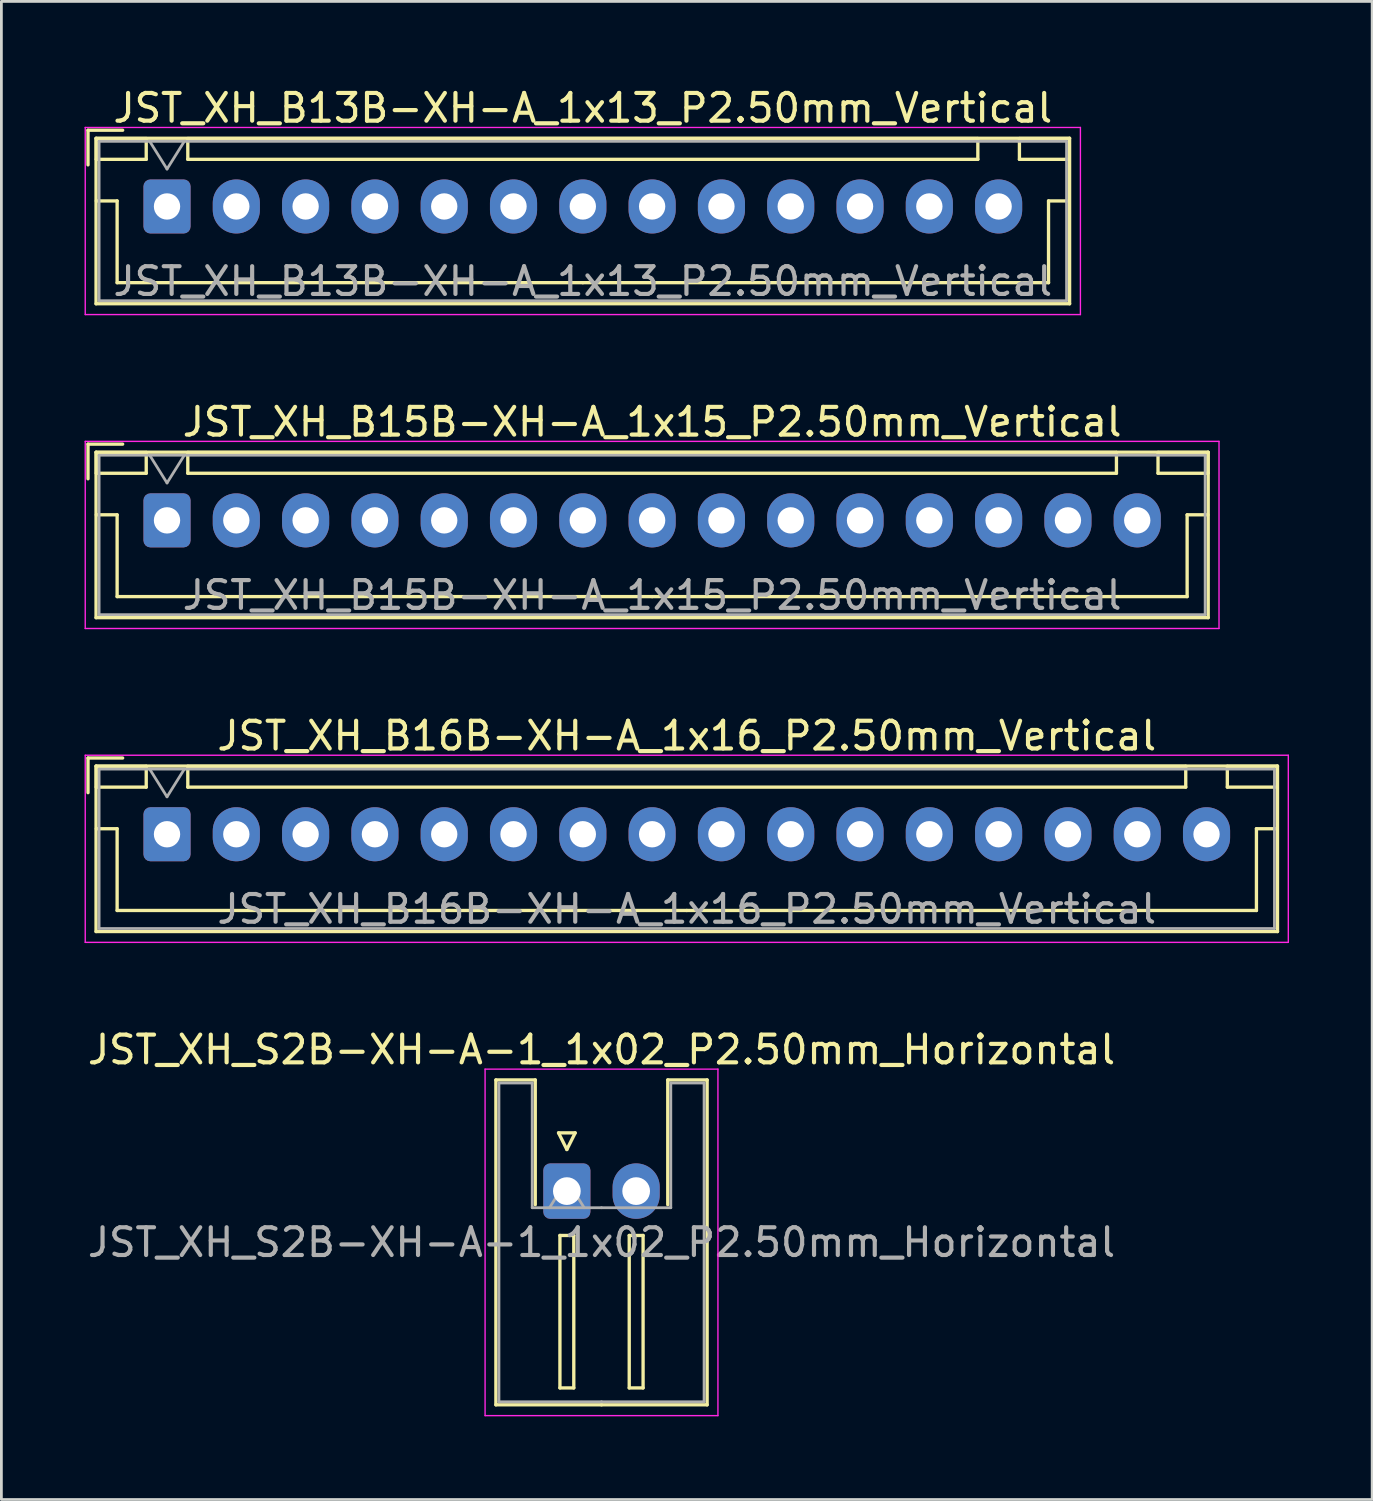
<source format=kicad_pcb>
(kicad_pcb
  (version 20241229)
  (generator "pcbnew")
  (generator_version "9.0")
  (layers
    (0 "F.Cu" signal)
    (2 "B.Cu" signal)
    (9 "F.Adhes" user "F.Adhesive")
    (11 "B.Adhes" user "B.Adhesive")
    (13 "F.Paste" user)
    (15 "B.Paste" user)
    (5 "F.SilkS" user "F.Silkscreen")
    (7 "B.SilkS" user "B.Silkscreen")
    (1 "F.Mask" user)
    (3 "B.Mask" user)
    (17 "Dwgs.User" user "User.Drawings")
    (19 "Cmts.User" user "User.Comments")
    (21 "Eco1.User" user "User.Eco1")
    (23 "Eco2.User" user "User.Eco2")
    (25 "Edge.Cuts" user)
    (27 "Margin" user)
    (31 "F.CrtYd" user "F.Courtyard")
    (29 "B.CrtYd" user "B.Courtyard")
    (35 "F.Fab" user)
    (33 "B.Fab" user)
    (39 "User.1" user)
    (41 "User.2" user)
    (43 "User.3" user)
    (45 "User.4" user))
  (footprint "JST_XH_B16B-XH-A_1x16_P2.50mm_Vertical"
    (layer "F.Cu")
    (at 2.975 27.045)
    (property "Reference" "JST_XH_B16B-XH-A_1x16_P2.50mm_Vertical" (at 18.75 -3.55 0) (layer "F.SilkS") (effects (font (size 1 1) (thickness 0.15))))
    (attr through_hole)
    (fp_line (start -2.85 -2.75) (end -2.85 -1.5) (stroke (width 0.12) (type solid)) (layer "F.SilkS"))
    (fp_line (start -2.56 -2.46) (end -2.56 3.51) (stroke (width 0.12) (type solid)) (layer "F.SilkS"))
    (fp_line (start -2.56 3.51) (end 40.06 3.51) (stroke (width 0.12) (type solid)) (layer "F.SilkS"))
    (fp_line (start -2.55 -2.45) (end -2.55 -1.7) (stroke (width 0.12) (type solid)) (layer "F.SilkS"))
    (fp_line (start -2.55 -1.7) (end -0.75 -1.7) (stroke (width 0.12) (type solid)) (layer "F.SilkS"))
    (fp_line (start -2.55 -0.2) (end -1.8 -0.2) (stroke (width 0.12) (type solid)) (layer "F.SilkS"))
    (fp_line (start -1.8 -0.2) (end -1.8 2.75) (stroke (width 0.12) (type solid)) (layer "F.SilkS"))
    (fp_line (start -1.8 2.75) (end 18.75 2.75) (stroke (width 0.12) (type solid)) (layer "F.SilkS"))
    (fp_line (start -1.6 -2.75) (end -2.85 -2.75) (stroke (width 0.12) (type solid)) (layer "F.SilkS"))
    (fp_line (start -0.75 -2.45) (end -2.55 -2.45) (stroke (width 0.12) (type solid)) (layer "F.SilkS"))
    (fp_line (start -0.75 -1.7) (end -0.75 -2.45) (stroke (width 0.12) (type solid)) (layer "F.SilkS"))
    (fp_line (start 0.75 -2.45) (end 0.75 -1.7) (stroke (width 0.12) (type solid)) (layer "F.SilkS"))
    (fp_line (start 0.75 -1.7) (end 36.75 -1.7) (stroke (width 0.12) (type solid)) (layer "F.SilkS"))
    (fp_line (start 36.75 -2.45) (end 0.75 -2.45) (stroke (width 0.12) (type solid)) (layer "F.SilkS"))
    (fp_line (start 36.75 -1.7) (end 36.75 -2.45) (stroke (width 0.12) (type solid)) (layer "F.SilkS"))
    (fp_line (start 38.25 -2.45) (end 38.25 -1.7) (stroke (width 0.12) (type solid)) (layer "F.SilkS"))
    (fp_line (start 38.25 -1.7) (end 40.05 -1.7) (stroke (width 0.12) (type solid)) (layer "F.SilkS"))
    (fp_line (start 39.3 -0.2) (end 39.3 2.75) (stroke (width 0.12) (type solid)) (layer "F.SilkS"))
    (fp_line (start 39.3 2.75) (end 18.75 2.75) (stroke (width 0.12) (type solid)) (layer "F.SilkS"))
    (fp_line (start 40.05 -2.45) (end 38.25 -2.45) (stroke (width 0.12) (type solid)) (layer "F.SilkS"))
    (fp_line (start 40.05 -1.7) (end 40.05 -2.45) (stroke (width 0.12) (type solid)) (layer "F.SilkS"))
    (fp_line (start 40.05 -0.2) (end 39.3 -0.2) (stroke (width 0.12) (type solid)) (layer "F.SilkS"))
    (fp_line (start 40.06 -2.46) (end -2.56 -2.46) (stroke (width 0.12) (type solid)) (layer "F.SilkS"))
    (fp_line (start 40.06 3.51) (end 40.06 -2.46) (stroke (width 0.12) (type solid)) (layer "F.SilkS"))
    (fp_line (start -2.95 -2.85) (end -2.95 3.9) (stroke (width 0.05) (type solid)) (layer "F.CrtYd"))
    (fp_line (start -2.95 3.9) (end 40.45 3.9) (stroke (width 0.05) (type solid)) (layer "F.CrtYd"))
    (fp_line (start 40.45 -2.85) (end -2.95 -2.85) (stroke (width 0.05) (type solid)) (layer "F.CrtYd"))
    (fp_line (start 40.45 3.9) (end 40.45 -2.85) (stroke (width 0.05) (type solid)) (layer "F.CrtYd"))
    (fp_line (start -2.45 -2.35) (end -2.45 3.4) (stroke (width 0.1) (type solid)) (layer "F.Fab"))
    (fp_line (start -2.45 3.4) (end 39.95 3.4) (stroke (width 0.1) (type solid)) (layer "F.Fab"))
    (fp_line (start -0.625 -2.35) (end 0 -1.35) (stroke (width 0.1) (type solid)) (layer "F.Fab"))
    (fp_line (start 0 -1.35) (end 0.625 -2.35) (stroke (width 0.1) (type solid)) (layer "F.Fab"))
    (fp_line (start 39.95 -2.35) (end -2.45 -2.35) (stroke (width 0.1) (type solid)) (layer "F.Fab"))
    (fp_line (start 39.95 3.4) (end 39.95 -2.35) (stroke (width 0.1) (type solid)) (layer "F.Fab"))
    (fp_text user "${REFERENCE}" (at 18.75 2.7 0) (layer "F.Fab") (effects (font (size 1 1) (thickness 0.15))))
    (pad "1" thru_hole roundrect (at 0 0) (size 1.7 1.95) (drill 0.95) (layers "*.Cu" "*.Mask") (roundrect_rratio 0.147))
    (pad "2" thru_hole oval (at 2.5 0) (size 1.7 1.95) (drill 0.95) (layers "*.Cu" "*.Mask"))
    (pad "3" thru_hole oval (at 5 0) (size 1.7 1.95) (drill 0.95) (layers "*.Cu" "*.Mask"))
    (pad "4" thru_hole oval (at 7.5 0) (size 1.7 1.95) (drill 0.95) (layers "*.Cu" "*.Mask"))
    (pad "5" thru_hole oval (at 10 0) (size 1.7 1.95) (drill 0.95) (layers "*.Cu" "*.Mask"))
    (pad "6" thru_hole oval (at 12.5 0) (size 1.7 1.95) (drill 0.95) (layers "*.Cu" "*.Mask"))
    (pad "7" thru_hole oval (at 15 0) (size 1.7 1.95) (drill 0.95) (layers "*.Cu" "*.Mask"))
    (pad "8" thru_hole oval (at 17.5 0) (size 1.7 1.95) (drill 0.95) (layers "*.Cu" "*.Mask"))
    (pad "9" thru_hole oval (at 20 0) (size 1.7 1.95) (drill 0.95) (layers "*.Cu" "*.Mask"))
    (pad "10" thru_hole oval (at 22.5 0) (size 1.7 1.95) (drill 0.95) (layers "*.Cu" "*.Mask"))
    (pad "11" thru_hole oval (at 25 0) (size 1.7 1.95) (drill 0.95) (layers "*.Cu" "*.Mask"))
    (pad "12" thru_hole oval (at 27.5 0) (size 1.7 1.95) (drill 0.95) (layers "*.Cu" "*.Mask"))
    (pad "13" thru_hole oval (at 30 0) (size 1.7 1.95) (drill 0.95) (layers "*.Cu" "*.Mask"))
    (pad "14" thru_hole oval (at 32.5 0) (size 1.7 1.95) (drill 0.95) (layers "*.Cu" "*.Mask"))
    (pad "15" thru_hole oval (at 35 0) (size 1.7 1.95) (drill 0.95) (layers "*.Cu" "*.Mask"))
    (pad "16" thru_hole oval (at 37.5 0) (size 1.7 1.95) (drill 0.95) (layers "*.Cu" "*.Mask")))
  (footprint "JST_XH_B13B-XH-A_1x13_P2.50mm_Vertical"
    (layer "F.Cu")
    (at 2.975 4.398)
    (property "Reference" "JST_XH_B13B-XH-A_1x13_P2.50mm_Vertical" (at 15 -3.55 0) (layer "F.SilkS") (effects (font (size 1 1) (thickness 0.15))))
    (attr through_hole)
    (fp_line (start -2.85 -2.75) (end -2.85 -1.5) (stroke (width 0.12) (type solid)) (layer "F.SilkS"))
    (fp_line (start -2.56 -2.46) (end -2.56 3.51) (stroke (width 0.12) (type solid)) (layer "F.SilkS"))
    (fp_line (start -2.56 3.51) (end 32.56 3.51) (stroke (width 0.12) (type solid)) (layer "F.SilkS"))
    (fp_line (start -2.55 -2.45) (end -2.55 -1.7) (stroke (width 0.12) (type solid)) (layer "F.SilkS"))
    (fp_line (start -2.55 -1.7) (end -0.75 -1.7) (stroke (width 0.12) (type solid)) (layer "F.SilkS"))
    (fp_line (start -2.55 -0.2) (end -1.8 -0.2) (stroke (width 0.12) (type solid)) (layer "F.SilkS"))
    (fp_line (start -1.8 -0.2) (end -1.8 2.75) (stroke (width 0.12) (type solid)) (layer "F.SilkS"))
    (fp_line (start -1.8 2.75) (end 15 2.75) (stroke (width 0.12) (type solid)) (layer "F.SilkS"))
    (fp_line (start -1.6 -2.75) (end -2.85 -2.75) (stroke (width 0.12) (type solid)) (layer "F.SilkS"))
    (fp_line (start -0.75 -2.45) (end -2.55 -2.45) (stroke (width 0.12) (type solid)) (layer "F.SilkS"))
    (fp_line (start -0.75 -1.7) (end -0.75 -2.45) (stroke (width 0.12) (type solid)) (layer "F.SilkS"))
    (fp_line (start 0.75 -2.45) (end 0.75 -1.7) (stroke (width 0.12) (type solid)) (layer "F.SilkS"))
    (fp_line (start 0.75 -1.7) (end 29.25 -1.7) (stroke (width 0.12) (type solid)) (layer "F.SilkS"))
    (fp_line (start 29.25 -2.45) (end 0.75 -2.45) (stroke (width 0.12) (type solid)) (layer "F.SilkS"))
    (fp_line (start 29.25 -1.7) (end 29.25 -2.45) (stroke (width 0.12) (type solid)) (layer "F.SilkS"))
    (fp_line (start 30.75 -2.45) (end 30.75 -1.7) (stroke (width 0.12) (type solid)) (layer "F.SilkS"))
    (fp_line (start 30.75 -1.7) (end 32.55 -1.7) (stroke (width 0.12) (type solid)) (layer "F.SilkS"))
    (fp_line (start 31.8 -0.2) (end 31.8 2.75) (stroke (width 0.12) (type solid)) (layer "F.SilkS"))
    (fp_line (start 31.8 2.75) (end 15 2.75) (stroke (width 0.12) (type solid)) (layer "F.SilkS"))
    (fp_line (start 32.55 -2.45) (end 30.75 -2.45) (stroke (width 0.12) (type solid)) (layer "F.SilkS"))
    (fp_line (start 32.55 -1.7) (end 32.55 -2.45) (stroke (width 0.12) (type solid)) (layer "F.SilkS"))
    (fp_line (start 32.55 -0.2) (end 31.8 -0.2) (stroke (width 0.12) (type solid)) (layer "F.SilkS"))
    (fp_line (start 32.56 -2.46) (end -2.56 -2.46) (stroke (width 0.12) (type solid)) (layer "F.SilkS"))
    (fp_line (start 32.56 3.51) (end 32.56 -2.46) (stroke (width 0.12) (type solid)) (layer "F.SilkS"))
    (fp_line (start -2.95 -2.85) (end -2.95 3.9) (stroke (width 0.05) (type solid)) (layer "F.CrtYd"))
    (fp_line (start -2.95 3.9) (end 32.95 3.9) (stroke (width 0.05) (type solid)) (layer "F.CrtYd"))
    (fp_line (start 32.95 -2.85) (end -2.95 -2.85) (stroke (width 0.05) (type solid)) (layer "F.CrtYd"))
    (fp_line (start 32.95 3.9) (end 32.95 -2.85) (stroke (width 0.05) (type solid)) (layer "F.CrtYd"))
    (fp_line (start -2.45 -2.35) (end -2.45 3.4) (stroke (width 0.1) (type solid)) (layer "F.Fab"))
    (fp_line (start -2.45 3.4) (end 32.45 3.4) (stroke (width 0.1) (type solid)) (layer "F.Fab"))
    (fp_line (start -0.625 -2.35) (end 0 -1.35) (stroke (width 0.1) (type solid)) (layer "F.Fab"))
    (fp_line (start 0 -1.35) (end 0.625 -2.35) (stroke (width 0.1) (type solid)) (layer "F.Fab"))
    (fp_line (start 32.45 -2.35) (end -2.45 -2.35) (stroke (width 0.1) (type solid)) (layer "F.Fab"))
    (fp_line (start 32.45 3.4) (end 32.45 -2.35) (stroke (width 0.1) (type solid)) (layer "F.Fab"))
    (fp_text user "${REFERENCE}" (at 15 2.7 0) (layer "F.Fab") (effects (font (size 1 1) (thickness 0.15))))
    (pad "1" thru_hole roundrect (at 0 0) (size 1.7 1.95) (drill 0.95) (layers "*.Cu" "*.Mask") (roundrect_rratio 0.147))
    (pad "2" thru_hole oval (at 2.5 0) (size 1.7 1.95) (drill 0.95) (layers "*.Cu" "*.Mask"))
    (pad "3" thru_hole oval (at 5 0) (size 1.7 1.95) (drill 0.95) (layers "*.Cu" "*.Mask"))
    (pad "4" thru_hole oval (at 7.5 0) (size 1.7 1.95) (drill 0.95) (layers "*.Cu" "*.Mask"))
    (pad "5" thru_hole oval (at 10 0) (size 1.7 1.95) (drill 0.95) (layers "*.Cu" "*.Mask"))
    (pad "6" thru_hole oval (at 12.5 0) (size 1.7 1.95) (drill 0.95) (layers "*.Cu" "*.Mask"))
    (pad "7" thru_hole oval (at 15 0) (size 1.7 1.95) (drill 0.95) (layers "*.Cu" "*.Mask"))
    (pad "8" thru_hole oval (at 17.5 0) (size 1.7 1.95) (drill 0.95) (layers "*.Cu" "*.Mask"))
    (pad "9" thru_hole oval (at 20 0) (size 1.7 1.95) (drill 0.95) (layers "*.Cu" "*.Mask"))
    (pad "10" thru_hole oval (at 22.5 0) (size 1.7 1.95) (drill 0.95) (layers "*.Cu" "*.Mask"))
    (pad "11" thru_hole oval (at 25 0) (size 1.7 1.95) (drill 0.95) (layers "*.Cu" "*.Mask"))
    (pad "12" thru_hole oval (at 27.5 0) (size 1.7 1.95) (drill 0.95) (layers "*.Cu" "*.Mask"))
    (pad "13" thru_hole oval (at 30 0) (size 1.7 1.95) (drill 0.95) (layers "*.Cu" "*.Mask")))
  (footprint "JST_XH_S2B-XH-A-1_1x02_P2.50mm_Horizontal"
    (layer "F.Cu")
    (at 17.399 39.918)
    (property "Reference" "JST_XH_S2B-XH-A-1_1x02_P2.50mm_Horizontal" (at 1.25 -5.1 0) (layer "F.SilkS") (effects (font (size 1 1) (thickness 0.15))))
    (attr through_hole)
    (fp_line (start -2.56 -4.01) (end -1.14 -4.01) (stroke (width 0.12) (type solid)) (layer "F.SilkS"))
    (fp_line (start -2.56 7.71) (end -2.56 -4.01) (stroke (width 0.12) (type solid)) (layer "F.SilkS"))
    (fp_line (start -1.14 -4.01) (end -1.14 0.49) (stroke (width 0.12) (type solid)) (layer "F.SilkS"))
    (fp_line (start -0.3 -2.1) (end 0.3 -2.1) (stroke (width 0.12) (type solid)) (layer "F.SilkS"))
    (fp_line (start -0.25 1.6) (end -0.25 7.1) (stroke (width 0.12) (type solid)) (layer "F.SilkS"))
    (fp_line (start -0.25 7.1) (end 0.25 7.1) (stroke (width 0.12) (type solid)) (layer "F.SilkS"))
    (fp_line (start 0 -1.5) (end -0.3 -2.1) (stroke (width 0.12) (type solid)) (layer "F.SilkS"))
    (fp_line (start 0.25 1.6) (end -0.25 1.6) (stroke (width 0.12) (type solid)) (layer "F.SilkS"))
    (fp_line (start 0.25 7.1) (end 0.25 1.6) (stroke (width 0.12) (type solid)) (layer "F.SilkS"))
    (fp_line (start 0.3 -2.1) (end 0 -1.5) (stroke (width 0.12) (type solid)) (layer "F.SilkS"))
    (fp_line (start 1.25 7.71) (end -2.56 7.71) (stroke (width 0.12) (type solid)) (layer "F.SilkS"))
    (fp_line (start 1.25 7.71) (end 5.06 7.71) (stroke (width 0.12) (type solid)) (layer "F.SilkS"))
    (fp_line (start 2.25 1.6) (end 2.25 7.1) (stroke (width 0.12) (type solid)) (layer "F.SilkS"))
    (fp_line (start 2.25 7.1) (end 2.75 7.1) (stroke (width 0.12) (type solid)) (layer "F.SilkS"))
    (fp_line (start 2.75 1.6) (end 2.25 1.6) (stroke (width 0.12) (type solid)) (layer "F.SilkS"))
    (fp_line (start 2.75 7.1) (end 2.75 1.6) (stroke (width 0.12) (type solid)) (layer "F.SilkS"))
    (fp_line (start 3.64 -4.01) (end 3.64 0.49) (stroke (width 0.12) (type solid)) (layer "F.SilkS"))
    (fp_line (start 5.06 -4.01) (end 3.64 -4.01) (stroke (width 0.12) (type solid)) (layer "F.SilkS"))
    (fp_line (start 5.06 7.71) (end 5.06 -4.01) (stroke (width 0.12) (type solid)) (layer "F.SilkS"))
    (fp_line (start -2.95 -4.4) (end -2.95 8.1) (stroke (width 0.05) (type solid)) (layer "F.CrtYd"))
    (fp_line (start -2.95 8.1) (end 5.45 8.1) (stroke (width 0.05) (type solid)) (layer "F.CrtYd"))
    (fp_line (start 5.45 -4.4) (end -2.95 -4.4) (stroke (width 0.05) (type solid)) (layer "F.CrtYd"))
    (fp_line (start 5.45 8.1) (end 5.45 -4.4) (stroke (width 0.05) (type solid)) (layer "F.CrtYd"))
    (fp_line (start -2.45 -3.9) (end -1.25 -3.9) (stroke (width 0.1) (type solid)) (layer "F.Fab"))
    (fp_line (start -2.45 7.6) (end -2.45 -3.9) (stroke (width 0.1) (type solid)) (layer "F.Fab"))
    (fp_line (start -1.25 -3.9) (end -1.25 0.6) (stroke (width 0.1) (type solid)) (layer "F.Fab"))
    (fp_line (start -1.25 0.6) (end 1.25 0.6) (stroke (width 0.1) (type solid)) (layer "F.Fab"))
    (fp_line (start -0.625 0.6) (end 0 -0.4) (stroke (width 0.1) (type solid)) (layer "F.Fab"))
    (fp_line (start 0 -0.4) (end 0.625 0.6) (stroke (width 0.1) (type solid)) (layer "F.Fab"))
    (fp_line (start 1.25 7.6) (end -2.45 7.6) (stroke (width 0.1) (type solid)) (layer "F.Fab"))
    (fp_line (start 1.25 7.6) (end 4.95 7.6) (stroke (width 0.1) (type solid)) (layer "F.Fab"))
    (fp_line (start 3.75 -3.9) (end 3.75 0.6) (stroke (width 0.1) (type solid)) (layer "F.Fab"))
    (fp_line (start 3.75 0.6) (end 1.25 0.6) (stroke (width 0.1) (type solid)) (layer "F.Fab"))
    (fp_line (start 4.95 -3.9) (end 3.75 -3.9) (stroke (width 0.1) (type solid)) (layer "F.Fab"))
    (fp_line (start 4.95 7.6) (end 4.95 -3.9) (stroke (width 0.1) (type solid)) (layer "F.Fab"))
    (fp_text user "${REFERENCE}" (at 1.25 1.85 0) (layer "F.Fab") (effects (font (size 1 1) (thickness 0.15))))
    (pad "1" thru_hole roundrect (at 0 0) (size 1.7 2) (drill 1) (layers "*.Cu" "*.Mask") (roundrect_rratio 0.147))
    (pad "2" thru_hole oval (at 2.5 0) (size 1.7 2) (drill 1) (layers "*.Cu" "*.Mask")))
  (footprint "JST_XH_B15B-XH-A_1x15_P2.50mm_Vertical"
    (layer "F.Cu")
    (at 2.975 15.722)
    (property "Reference" "JST_XH_B15B-XH-A_1x15_P2.50mm_Vertical" (at 17.5 -3.55 0) (layer "F.SilkS") (effects (font (size 1 1) (thickness 0.15))))
    (attr through_hole)
    (fp_line (start -2.85 -2.75) (end -2.85 -1.5) (stroke (width 0.12) (type solid)) (layer "F.SilkS"))
    (fp_line (start -2.56 -2.46) (end -2.56 3.51) (stroke (width 0.12) (type solid)) (layer "F.SilkS"))
    (fp_line (start -2.56 3.51) (end 37.56 3.51) (stroke (width 0.12) (type solid)) (layer "F.SilkS"))
    (fp_line (start -2.55 -2.45) (end -2.55 -1.7) (stroke (width 0.12) (type solid)) (layer "F.SilkS"))
    (fp_line (start -2.55 -1.7) (end -0.75 -1.7) (stroke (width 0.12) (type solid)) (layer "F.SilkS"))
    (fp_line (start -2.55 -0.2) (end -1.8 -0.2) (stroke (width 0.12) (type solid)) (layer "F.SilkS"))
    (fp_line (start -1.8 -0.2) (end -1.8 2.75) (stroke (width 0.12) (type solid)) (layer "F.SilkS"))
    (fp_line (start -1.8 2.75) (end 17.5 2.75) (stroke (width 0.12) (type solid)) (layer "F.SilkS"))
    (fp_line (start -1.6 -2.75) (end -2.85 -2.75) (stroke (width 0.12) (type solid)) (layer "F.SilkS"))
    (fp_line (start -0.75 -2.45) (end -2.55 -2.45) (stroke (width 0.12) (type solid)) (layer "F.SilkS"))
    (fp_line (start -0.75 -1.7) (end -0.75 -2.45) (stroke (width 0.12) (type solid)) (layer "F.SilkS"))
    (fp_line (start 0.75 -2.45) (end 0.75 -1.7) (stroke (width 0.12) (type solid)) (layer "F.SilkS"))
    (fp_line (start 0.75 -1.7) (end 34.25 -1.7) (stroke (width 0.12) (type solid)) (layer "F.SilkS"))
    (fp_line (start 34.25 -2.45) (end 0.75 -2.45) (stroke (width 0.12) (type solid)) (layer "F.SilkS"))
    (fp_line (start 34.25 -1.7) (end 34.25 -2.45) (stroke (width 0.12) (type solid)) (layer "F.SilkS"))
    (fp_line (start 35.75 -2.45) (end 35.75 -1.7) (stroke (width 0.12) (type solid)) (layer "F.SilkS"))
    (fp_line (start 35.75 -1.7) (end 37.55 -1.7) (stroke (width 0.12) (type solid)) (layer "F.SilkS"))
    (fp_line (start 36.8 -0.2) (end 36.8 2.75) (stroke (width 0.12) (type solid)) (layer "F.SilkS"))
    (fp_line (start 36.8 2.75) (end 17.5 2.75) (stroke (width 0.12) (type solid)) (layer "F.SilkS"))
    (fp_line (start 37.55 -2.45) (end 35.75 -2.45) (stroke (width 0.12) (type solid)) (layer "F.SilkS"))
    (fp_line (start 37.55 -1.7) (end 37.55 -2.45) (stroke (width 0.12) (type solid)) (layer "F.SilkS"))
    (fp_line (start 37.55 -0.2) (end 36.8 -0.2) (stroke (width 0.12) (type solid)) (layer "F.SilkS"))
    (fp_line (start 37.56 -2.46) (end -2.56 -2.46) (stroke (width 0.12) (type solid)) (layer "F.SilkS"))
    (fp_line (start 37.56 3.51) (end 37.56 -2.46) (stroke (width 0.12) (type solid)) (layer "F.SilkS"))
    (fp_line (start -2.95 -2.85) (end -2.95 3.9) (stroke (width 0.05) (type solid)) (layer "F.CrtYd"))
    (fp_line (start -2.95 3.9) (end 37.95 3.9) (stroke (width 0.05) (type solid)) (layer "F.CrtYd"))
    (fp_line (start 37.95 -2.85) (end -2.95 -2.85) (stroke (width 0.05) (type solid)) (layer "F.CrtYd"))
    (fp_line (start 37.95 3.9) (end 37.95 -2.85) (stroke (width 0.05) (type solid)) (layer "F.CrtYd"))
    (fp_line (start -2.45 -2.35) (end -2.45 3.4) (stroke (width 0.1) (type solid)) (layer "F.Fab"))
    (fp_line (start -2.45 3.4) (end 37.45 3.4) (stroke (width 0.1) (type solid)) (layer "F.Fab"))
    (fp_line (start -0.625 -2.35) (end 0 -1.35) (stroke (width 0.1) (type solid)) (layer "F.Fab"))
    (fp_line (start 0 -1.35) (end 0.625 -2.35) (stroke (width 0.1) (type solid)) (layer "F.Fab"))
    (fp_line (start 37.45 -2.35) (end -2.45 -2.35) (stroke (width 0.1) (type solid)) (layer "F.Fab"))
    (fp_line (start 37.45 3.4) (end 37.45 -2.35) (stroke (width 0.1) (type solid)) (layer "F.Fab"))
    (fp_text user "${REFERENCE}" (at 17.5 2.7 0) (layer "F.Fab") (effects (font (size 1 1) (thickness 0.15))))
    (pad "1" thru_hole roundrect (at 0 0) (size 1.7 1.95) (drill 0.95) (layers "*.Cu" "*.Mask") (roundrect_rratio 0.147))
    (pad "2" thru_hole oval (at 2.5 0) (size 1.7 1.95) (drill 0.95) (layers "*.Cu" "*.Mask"))
    (pad "3" thru_hole oval (at 5 0) (size 1.7 1.95) (drill 0.95) (layers "*.Cu" "*.Mask"))
    (pad "4" thru_hole oval (at 7.5 0) (size 1.7 1.95) (drill 0.95) (layers "*.Cu" "*.Mask"))
    (pad "5" thru_hole oval (at 10 0) (size 1.7 1.95) (drill 0.95) (layers "*.Cu" "*.Mask"))
    (pad "6" thru_hole oval (at 12.5 0) (size 1.7 1.95) (drill 0.95) (layers "*.Cu" "*.Mask"))
    (pad "7" thru_hole oval (at 15 0) (size 1.7 1.95) (drill 0.95) (layers "*.Cu" "*.Mask"))
    (pad "8" thru_hole oval (at 17.5 0) (size 1.7 1.95) (drill 0.95) (layers "*.Cu" "*.Mask"))
    (pad "9" thru_hole oval (at 20 0) (size 1.7 1.95) (drill 0.95) (layers "*.Cu" "*.Mask"))
    (pad "10" thru_hole oval (at 22.5 0) (size 1.7 1.95) (drill 0.95) (layers "*.Cu" "*.Mask"))
    (pad "11" thru_hole oval (at 25 0) (size 1.7 1.95) (drill 0.95) (layers "*.Cu" "*.Mask"))
    (pad "12" thru_hole oval (at 27.5 0) (size 1.7 1.95) (drill 0.95) (layers "*.Cu" "*.Mask"))
    (pad "13" thru_hole oval (at 30 0) (size 1.7 1.95) (drill 0.95) (layers "*.Cu" "*.Mask"))
    (pad "14" thru_hole oval (at 32.5 0) (size 1.7 1.95) (drill 0.95) (layers "*.Cu" "*.Mask"))
    (pad "15" thru_hole oval (at 35 0) (size 1.7 1.95) (drill 0.95) (layers "*.Cu" "*.Mask")))
  (gr_rect
    (start -3 -3)
    (end 46.45 51.043)
    (stroke (width 0.1) (type default))
    (fill no)
    (layer "Edge.Cuts")))
</source>
